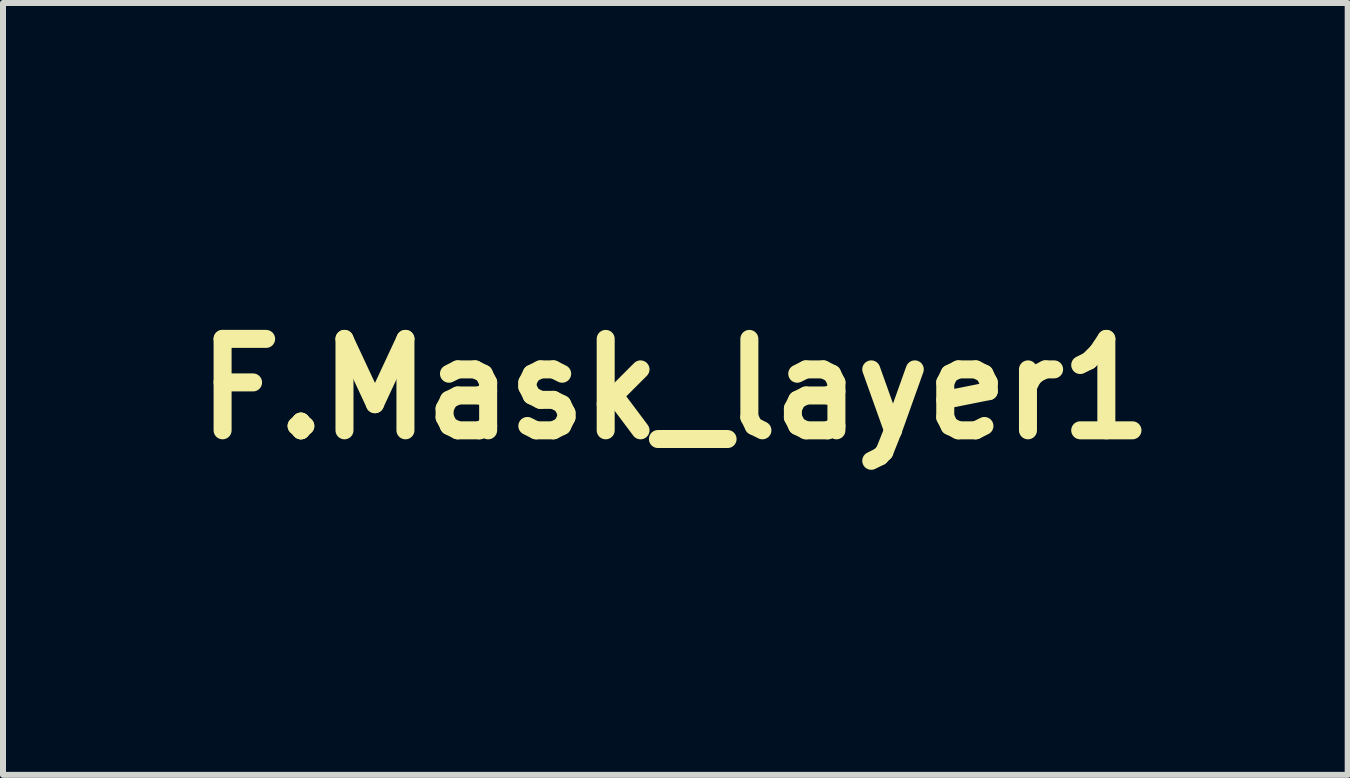
<source format=kicad_pcb>
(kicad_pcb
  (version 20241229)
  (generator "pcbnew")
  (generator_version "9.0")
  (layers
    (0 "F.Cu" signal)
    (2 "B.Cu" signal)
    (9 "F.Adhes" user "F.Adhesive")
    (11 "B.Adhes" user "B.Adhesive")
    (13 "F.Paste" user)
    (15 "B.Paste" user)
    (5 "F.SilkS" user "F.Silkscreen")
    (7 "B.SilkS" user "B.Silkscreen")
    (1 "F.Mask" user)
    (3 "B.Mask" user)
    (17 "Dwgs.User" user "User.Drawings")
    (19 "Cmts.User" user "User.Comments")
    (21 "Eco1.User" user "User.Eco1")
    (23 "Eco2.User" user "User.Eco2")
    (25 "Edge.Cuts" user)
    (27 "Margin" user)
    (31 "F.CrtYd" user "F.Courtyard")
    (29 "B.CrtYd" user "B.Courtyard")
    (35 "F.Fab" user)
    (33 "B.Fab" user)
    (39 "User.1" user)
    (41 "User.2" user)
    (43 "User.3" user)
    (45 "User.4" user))
  (footprint "F.Mask_layer1"
    (layer "F.Cu")
    (at 8.208 3.434)
    (property "Reference" "F.Mask_layer1" (at 0 0 0) (layer "F.SilkS") (effects (font (size 1.524 1.524) (thickness 0.3))))
    (attr through_hole)
    (fp_poly (pts (xy 0.24 -3.42) (xy 0.295 -3.394) (xy 0.376 -3.354) (xy 0.476 -3.303) (xy 0.591 -3.244) (xy 0.622 -3.228) (xy 0.738 -3.168) (xy 0.842 -3.114) (xy 0.927 -3.071) (xy 0.987 -3.041) (xy 1.018 -3.028) (xy 1.02 -3.027) (xy 1.032 -3.045) (xy 1.051 -3.09) (xy 1.058 -3.111) (xy 1.079 -3.164) (xy 1.097 -3.193) (xy 1.101 -3.196) (xy 1.126 -3.189) (xy 1.176 -3.171) (xy 1.238 -3.147) (xy 1.297 -3.123) (xy 1.34 -3.104) (xy 1.352 -3.098) (xy 1.35 -3.077) (xy 1.335 -3.03) (xy 1.326 -3.007) (xy 1.292 -2.923) (xy 1.425 -2.883) (xy 1.495 -2.863) (xy 1.593 -2.834) (xy 1.709 -2.802) (xy 1.83 -2.768) (xy 1.858 -2.761) (xy 2.159 -2.678) (xy 2.159 -2.593) (xy 2.156 -2.518) (xy 2.149 -2.431) (xy 2.146 -2.402) (xy 2.133 -2.295) (xy 1.572 -2.243) (xy 1.011 -2.191) (xy 0.931 -1.99) (xy 0.898 -1.905) (xy 0.873 -1.837) (xy 0.859 -1.793) (xy 0.857 -1.782) (xy 0.879 -1.782) (xy 0.937 -1.786) (xy 1.024 -1.794) (xy 1.136 -1.804) (xy 1.266 -1.816) (xy 1.408 -1.829) (xy 1.556 -1.843) (xy 1.704 -1.857) (xy 1.846 -1.871) (xy 1.976 -1.885) (xy 2.088 -1.896) (xy 2.176 -1.906) (xy 2.234 -1.913) (xy 2.249 -1.915) (xy 2.292 -1.917) (xy 2.306 -1.897) (xy 2.307 -1.883) (xy 2.321 -1.849) (xy 2.339 -1.841) (xy 2.367 -1.833) (xy 2.371 -1.826) (xy 2.364 -1.802) (xy 2.346 -1.744) (xy 2.317 -1.655) (xy 2.28 -1.54) (xy 2.235 -1.404) (xy 2.185 -1.252) (xy 2.147 -1.136) (xy 2.094 -0.976) (xy 2.046 -0.828) (xy 2.004 -0.699) (xy 1.971 -0.592) (xy 1.947 -0.512) (xy 1.935 -0.464) (xy 1.933 -0.452) (xy 1.956 -0.451) (xy 2.01 -0.456) (xy 2.083 -0.465) (xy 2.165 -0.476) (xy 2.244 -0.488) (xy 2.31 -0.5) (xy 2.351 -0.509) (xy 2.359 -0.513) (xy 2.367 -0.534) (xy 2.385 -0.589) (xy 2.413 -0.675) (xy 2.448 -0.784) (xy 2.489 -0.913) (xy 2.529 -1.037) (xy 2.574 -1.178) (xy 2.616 -1.306) (xy 2.652 -1.414) (xy 2.68 -1.498) (xy 2.699 -1.552) (xy 2.707 -1.57) (xy 2.733 -1.574) (xy 2.789 -1.572) (xy 2.867 -1.564) (xy 2.9 -1.56) (xy 3.08 -1.534) (xy 3.104 -1.121) (xy 3.112 -0.991) (xy 3.119 -0.874) (xy 3.125 -0.777) (xy 3.129 -0.706) (xy 3.131 -0.67) (xy 3.131 -0.669) (xy 3.138 -0.645) (xy 3.163 -0.636) (xy 3.217 -0.639) (xy 3.226 -0.64) (xy 3.319 -0.651) (xy 3.333 -0.553) (xy 3.344 -0.483) (xy 3.355 -0.425) (xy 3.358 -0.41) (xy 3.359 -0.381) (xy 3.338 -0.365) (xy 3.285 -0.355) (xy 3.281 -0.354) (xy 3.224 -0.345) (xy 3.189 -0.336) (xy 3.184 -0.334) (xy 3.187 -0.312) (xy 3.199 -0.255) (xy 3.219 -0.17) (xy 3.245 -0.063) (xy 3.275 0.06) (xy 3.281 0.083) (xy 3.314 0.21) (xy 3.342 0.324) (xy 3.365 0.418) (xy 3.38 0.485) (xy 3.387 0.52) (xy 3.387 0.522) (xy 3.369 0.539) (xy 3.324 0.569) (xy 3.262 0.605) (xy 3.193 0.642) (xy 3.128 0.673) (xy 3.078 0.694) (xy 3.058 0.699) (xy 3.045 0.682) (xy 3.011 0.635) (xy 2.958 0.563) (xy 2.892 0.47) (xy 2.813 0.36) (xy 2.731 0.243) (xy 2.62 0.088) (xy 2.53 -0.034) (xy 2.461 -0.123) (xy 2.411 -0.18) (xy 2.379 -0.208) (xy 2.37 -0.212) (xy 2.321 -0.208) (xy 2.251 -0.2) (xy 2.171 -0.189) (xy 2.093 -0.176) (xy 2.029 -0.163) (xy 1.991 -0.153) (xy 1.986 -0.151) (xy 1.995 -0.131) (xy 2.026 -0.081) (xy 2.076 -0.005) (xy 2.143 0.093) (xy 2.224 0.209) (xy 2.316 0.338) (xy 2.392 0.445) (xy 2.507 0.604) (xy 2.599 0.733) (xy 2.67 0.835) (xy 2.722 0.913) (xy 2.758 0.971) (xy 2.779 1.011) (xy 2.788 1.038) (xy 2.787 1.054) (xy 2.785 1.058) (xy 2.766 1.096) (xy 2.767 1.116) (xy 2.77 1.123) (xy 2.772 1.129) (xy 2.768 1.135) (xy 2.756 1.141) (xy 2.73 1.149) (xy 2.687 1.16) (xy 2.623 1.175) (xy 2.534 1.194) (xy 2.416 1.219) (xy 2.266 1.25) (xy 2.079 1.289) (xy 2.025 1.3) (xy 1.865 1.333) (xy 1.718 1.364) (xy 1.59 1.392) (xy 1.486 1.415) (xy 1.41 1.433) (xy 1.369 1.443) (xy 1.362 1.446) (xy 1.369 1.467) (xy 1.398 1.51) (xy 1.442 1.567) (xy 1.494 1.63) (xy 1.548 1.691) (xy 1.596 1.741) (xy 1.631 1.772) (xy 1.644 1.778) (xy 1.67 1.774) (xy 1.732 1.762) (xy 1.82 1.744) (xy 1.929 1.722) (xy 2.052 1.697) (xy 2.181 1.67) (xy 2.31 1.643) (xy 2.432 1.617) (xy 2.539 1.594) (xy 2.624 1.575) (xy 2.682 1.562) (xy 2.702 1.556) (xy 2.719 1.571) (xy 2.745 1.615) (xy 2.777 1.677) (xy 2.808 1.747) (xy 2.835 1.815) (xy 2.853 1.869) (xy 2.857 1.894) (xy 2.839 1.912) (xy 2.792 1.948) (xy 2.719 1.999) (xy 2.626 2.062) (xy 2.52 2.133) (xy 2.495 2.148) (xy 2.385 2.22) (xy 2.288 2.283) (xy 2.209 2.336) (xy 2.153 2.374) (xy 2.127 2.394) (xy 2.125 2.395) (xy 2.132 2.419) (xy 2.16 2.46) (xy 2.173 2.477) (xy 2.23 2.544) (xy 2.147 2.616) (xy 2.077 2.671) (xy 2.028 2.697) (xy 1.989 2.695) (xy 1.951 2.665) (xy 1.933 2.646) (xy 1.877 2.579) (xy 1.556 2.9) (xy 1.234 3.221) (xy 1.092 3.121) (xy 1.024 3.072) (xy 0.972 3.029) (xy 0.942 3.001) (xy 0.94 2.997) (xy 0.946 2.974) (xy 0.968 2.919) (xy 1.001 2.838) (xy 1.044 2.737) (xy 1.094 2.624) (xy 1.147 2.503) (xy 1.202 2.381) (xy 1.254 2.266) (xy 1.302 2.162) (xy 1.342 2.076) (xy 1.373 2.015) (xy 1.387 1.989) (xy 1.378 1.968) (xy 1.35 1.924) (xy 1.307 1.865) (xy 1.257 1.8) (xy 1.206 1.735) (xy 1.16 1.681) (xy 1.127 1.644) (xy 1.111 1.634) (xy 1.101 1.654) (xy 1.077 1.707) (xy 1.04 1.788) (xy 0.993 1.89) (xy 0.94 2.008) (xy 0.882 2.136) (xy 0.822 2.269) (xy 0.763 2.401) (xy 0.707 2.527) (xy 0.656 2.639) (xy 0.614 2.734) (xy 0.583 2.805) (xy 0.571 2.833) (xy 0.539 2.898) (xy 0.514 2.93) (xy 0.487 2.936) (xy 0.484 2.935) (xy 0.446 2.935) (xy 0.433 2.944) (xy 0.407 2.963) (xy 0.404 2.963) (xy 0.386 2.948) (xy 0.343 2.905) (xy 0.28 2.837) (xy 0.198 2.748) (xy 0.102 2.643) (xy -0.006 2.523) (xy -0.096 2.422) (xy -0.579 1.881) (xy -0.659 2.088) (xy -0.74 2.295) (xy -0.69 2.349) (xy -0.662 2.38) (xy -0.61 2.437) (xy -0.54 2.515) (xy -0.455 2.609) (xy -0.361 2.713) (xy -0.31 2.769) (xy 0.02 3.135) (xy -0.09 3.282) (xy -0.142 3.348) (xy -0.186 3.399) (xy -0.216 3.426) (xy -0.222 3.428) (xy -0.246 3.418) (xy -0.302 3.392) (xy -0.384 3.351) (xy -0.485 3.3) (xy -0.599 3.241) (xy -0.624 3.227) (xy -0.74 3.167) (xy -0.843 3.114) (xy -0.927 3.071) (xy -0.987 3.041) (xy -1.016 3.028) (xy -1.018 3.027) (xy -1.032 3.045) (xy -1.051 3.09) (xy -1.058 3.111) (xy -1.079 3.164) (xy -1.097 3.193) (xy -1.101 3.196) (xy -1.126 3.189) (xy -1.176 3.171) (xy -1.238 3.147) (xy -1.297 3.123) (xy -1.34 3.104) (xy -1.352 3.098) (xy -1.35 3.077) (xy -1.335 3.03) (xy -1.326 3.007) (xy -1.309 2.954) (xy -1.305 2.92) (xy -1.308 2.915) (xy -1.332 2.907) (xy -1.39 2.89) (xy -1.477 2.866) (xy -1.586 2.835) (xy -1.71 2.801) (xy -1.741 2.792) (xy -2.159 2.678) (xy -2.159 2.593) (xy -2.156 2.518) (xy -2.149 2.431) (xy -2.146 2.402) (xy -2.133 2.295) (xy -1.57 2.243) (xy -1.008 2.191) (xy -0.93 1.99) (xy -0.898 1.905) (xy -0.873 1.837) (xy -0.859 1.793) (xy -0.857 1.782) (xy -0.879 1.783) (xy -0.936 1.787) (xy -1.024 1.794) (xy -1.135 1.804) (xy -1.265 1.816) (xy -1.407 1.829) (xy -1.555 1.843) (xy -1.703 1.858) (xy -1.845 1.872) (xy -1.975 1.885) (xy -2.087 1.896) (xy -2.175 1.906) (xy -2.233 1.913) (xy -2.249 1.915) (xy -2.292 1.917) (xy -2.306 1.897) (xy -2.307 1.883) (xy -2.321 1.849) (xy -2.339 1.841) (xy -2.367 1.833) (xy -2.371 1.826) (xy -2.364 1.803) (xy -2.346 1.744) (xy -2.317 1.655) (xy -2.298 1.596) (xy -1.99 1.596) (xy -1.972 1.601) (xy -1.931 1.598) (xy -1.895 1.593) (xy -1.823 1.585) (xy -1.721 1.574) (xy -1.596 1.561) (xy -1.578 1.56) (xy -0.45 1.56) (xy -0.438 1.58) (xy -0.401 1.627) (xy -0.345 1.695) (xy -0.273 1.781) (xy -0.19 1.879) (xy -0.1 1.984) (xy -0.006 2.092) (xy 0.086 2.197) (xy 0.173 2.295) (xy 0.25 2.381) (xy 0.313 2.45) (xy 0.358 2.497) (xy 0.381 2.517) (xy 0.382 2.518) (xy 0.393 2.5) (xy 0.42 2.447) (xy 0.459 2.366) (xy 0.509 2.26) (xy 0.567 2.135) (xy 0.631 1.994) (xy 0.653 1.945) (xy 0.734 1.763) (xy 0.799 1.612) (xy 0.848 1.494) (xy 0.88 1.409) (xy 0.894 1.359) (xy 0.893 1.347) (xy 0.779 1.202) (xy 0.673 1.07) (xy 0.576 0.955) (xy 0.492 0.859) (xy 0.425 0.788) (xy 0.376 0.744) (xy 0.353 0.731) (xy 0.31 0.718) (xy 0.249 0.689) (xy 0.201 0.661) (xy 0.095 0.593) (xy -0.014 0.715) (xy -0.067 0.77) (xy -0.111 0.807) (xy -0.137 0.82) (xy -0.14 0.819) (xy -0.151 0.834) (xy -0.175 0.881) (xy -0.208 0.953) (xy -0.247 1.042) (xy -0.29 1.143) (xy -0.333 1.247) (xy -0.373 1.348) (xy -0.408 1.437) (xy -0.434 1.509) (xy -0.449 1.556) (xy -0.45 1.56) (xy -1.578 1.56) (xy -1.453 1.547) (xy -1.302 1.532) (xy -1.151 1.518) (xy -1.016 1.504) (xy -0.9 1.492) (xy -0.81 1.483) (xy -0.751 1.477) (xy -0.729 1.474) (xy -0.728 1.474) (xy -0.713 1.441) (xy -0.687 1.379) (xy -0.655 1.295) (xy -0.617 1.195) (xy -0.578 1.089) (xy -0.539 0.982) (xy -0.504 0.882) (xy -0.475 0.797) (xy -0.455 0.735) (xy -0.447 0.701) (xy -0.447 0.698) (xy -0.456 0.673) (xy -0.464 0.617) (xy -0.469 0.541) (xy -0.47 0.529) (xy -0.476 0.371) (xy -0.631 0.342) (xy -0.715 0.322) (xy -0.765 0.303) (xy -0.776 0.288) (xy -0.793 0.281) (xy -0.851 0.284) (xy -0.951 0.294) (xy -1.092 0.313) (xy -1.185 0.326) (xy -1.602 0.389) (xy -1.796 0.986) (xy -1.845 1.137) (xy -1.889 1.275) (xy -1.927 1.395) (xy -1.958 1.491) (xy -1.979 1.559) (xy -1.989 1.593) (xy -1.99 1.596) (xy -2.298 1.596) (xy -2.28 1.54) (xy -2.236 1.404) (xy -2.185 1.252) (xy -2.147 1.136) (xy -2.094 0.975) (xy -2.046 0.828) (xy -2.005 0.698) (xy -1.972 0.591) (xy -1.948 0.511) (xy -1.935 0.463) (xy -1.934 0.451) (xy -1.956 0.451) (xy -2.01 0.456) (xy -2.083 0.465) (xy -2.165 0.476) (xy -2.244 0.488) (xy -2.31 0.5) (xy -2.351 0.509) (xy -2.359 0.513) (xy -2.367 0.534) (xy -2.385 0.589) (xy -2.413 0.675) (xy -2.448 0.784) (xy -2.489 0.913) (xy -2.529 1.037) (xy -2.574 1.178) (xy -2.616 1.306) (xy -2.652 1.414) (xy -2.68 1.498) (xy -2.699 1.552) (xy -2.707 1.57) (xy -2.733 1.574) (xy -2.789 1.572) (xy -2.867 1.564) (xy -2.9 1.56) (xy -3.08 1.534) (xy -3.104 1.121) (xy -3.112 0.991) (xy -3.119 0.874) (xy -3.125 0.777) (xy -3.129 0.706) (xy -3.131 0.67) (xy -3.131 0.669) (xy -3.138 0.645) (xy -3.163 0.636) (xy -3.217 0.639) (xy -3.226 0.64) (xy -3.319 0.651) (xy -3.333 0.553) (xy -3.344 0.482) (xy -3.355 0.422) (xy -3.359 0.407) (xy -3.361 0.375) (xy -3.341 0.362) (xy -3.299 0.36) (xy -3.256 0.359) (xy -3.225 0.353) (xy -3.206 0.336) (xy -3.198 0.305) (xy -3.202 0.254) (xy -3.207 0.228) (xy 0.572 0.228) (xy 0.578 0.255) (xy 0.593 0.31) (xy 0.615 0.379) (xy 0.634 0.452) (xy 0.642 0.505) (xy 0.638 0.528) (xy 0.645 0.546) (xy 0.675 0.591) (xy 0.722 0.657) (xy 0.781 0.737) (xy 0.848 0.826) (xy 0.917 0.916) (xy 0.985 1.003) (xy 1.047 1.079) (xy 1.097 1.139) (xy 1.131 1.176) (xy 1.143 1.185) (xy 1.166 1.181) (xy 1.224 1.17) (xy 1.314 1.152) (xy 1.429 1.129) (xy 1.564 1.101) (xy 1.714 1.071) (xy 1.74 1.066) (xy 1.893 1.034) (xy 2.033 1.004) (xy 2.154 0.978) (xy 2.251 0.956) (xy 2.318 0.94) (xy 2.35 0.931) (xy 2.351 0.93) (xy 2.347 0.908) (xy 2.317 0.853) (xy 2.262 0.766) (xy 2.181 0.646) (xy 2.075 0.495) (xy 2.021 0.42) (xy 1.93 0.293) (xy 1.846 0.177) (xy 1.773 0.076) (xy 1.715 -0.005) (xy 1.674 -0.061) (xy 1.654 -0.089) (xy 1.652 -0.09) (xy 1.627 -0.093) (xy 1.568 -0.089) (xy 1.482 -0.079) (xy 1.375 -0.065) (xy 1.29 -0.053) (xy 1.139 -0.03) (xy 1.025 -0.011) (xy 0.943 0.003) (xy 0.887 0.014) (xy 0.852 0.023) (xy 0.834 0.032) (xy 0.826 0.041) (xy 0.825 0.049) (xy 0.808 0.071) (xy 0.762 0.105) (xy 0.699 0.143) (xy 0.698 0.144) (xy 0.635 0.181) (xy 0.589 0.211) (xy 0.572 0.228) (xy 0.572 0.228) (xy -3.207 0.228) (xy -3.217 0.177) (xy -3.243 0.069) (xy -3.279 -0.074) (xy -3.281 -0.083) (xy -3.314 -0.21) (xy -3.342 -0.323) (xy -3.365 -0.418) (xy -3.38 -0.485) (xy -3.387 -0.52) (xy -3.387 -0.522) (xy -3.369 -0.539) (xy -3.324 -0.569) (xy -3.262 -0.605) (xy -3.193 -0.642) (xy -3.128 -0.673) (xy -3.078 -0.694) (xy -3.058 -0.699) (xy -3.044 -0.682) (xy -3.01 -0.635) (xy -2.957 -0.563) (xy -2.891 -0.47) (xy -2.812 -0.36) (xy -2.73 -0.243) (xy -2.618 -0.086) (xy -2.527 0.036) (xy -2.457 0.126) (xy -2.408 0.183) (xy -2.377 0.209) (xy -2.369 0.212) (xy -2.321 0.208) (xy -2.251 0.2) (xy -2.171 0.189) (xy -2.093 0.176) (xy -2.029 0.163) (xy -1.991 0.153) (xy -1.986 0.151) (xy -1.995 0.131) (xy -2.026 0.081) (xy -2.076 0.006) (xy -2.143 -0.092) (xy -2.224 -0.208) (xy -2.316 -0.338) (xy -2.392 -0.445) (xy -2.507 -0.604) (xy -2.599 -0.733) (xy -2.67 -0.835) (xy -2.722 -0.913) (xy -2.73 -0.926) (xy -2.362 -0.926) (xy -2.353 -0.906) (xy -2.322 -0.857) (xy -2.273 -0.782) (xy -2.207 -0.686) (xy -2.128 -0.572) (xy -2.039 -0.446) (xy -2.007 -0.403) (xy -1.903 -0.257) (xy -1.819 -0.142) (xy -1.754 -0.054) (xy -1.705 0.01) (xy -1.668 0.054) (xy -1.64 0.081) (xy -1.618 0.095) (xy -1.6 0.099) (xy -1.581 0.098) (xy -1.577 0.097) (xy -1.533 0.09) (xy -1.457 0.078) (xy -1.359 0.063) (xy -1.247 0.047) (xy -1.217 0.042) (xy -1.08 0.022) (xy -0.979 0.007) (xy -0.909 -0.006) (xy -0.865 -0.016) (xy -0.839 -0.025) (xy -0.828 -0.035) (xy -0.825 -0.046) (xy -0.825 -0.048) (xy -0.808 -0.071) (xy -0.762 -0.105) (xy -0.699 -0.143) (xy -0.698 -0.144) (xy -0.635 -0.181) (xy -0.589 -0.211) (xy -0.572 -0.228) (xy -0.572 -0.228) (xy -0.578 -0.255) (xy -0.593 -0.31) (xy -0.615 -0.379) (xy -0.635 -0.453) (xy -0.642 -0.506) (xy -0.638 -0.528) (xy -0.645 -0.546) (xy -0.675 -0.591) (xy -0.721 -0.657) (xy -0.781 -0.737) (xy -0.847 -0.825) (xy -0.917 -0.915) (xy -0.985 -1.001) (xy -1.046 -1.077) (xy -1.096 -1.136) (xy -1.13 -1.172) (xy -1.141 -1.18) (xy -1.165 -1.178) (xy -1.225 -1.168) (xy -1.312 -1.151) (xy -1.423 -1.129) (xy -1.549 -1.104) (xy -1.684 -1.076) (xy -1.823 -1.047) (xy -1.958 -1.019) (xy -2.083 -0.992) (xy -2.193 -0.968) (xy -2.28 -0.948) (xy -2.339 -0.933) (xy -2.362 -0.926) (xy -2.362 -0.926) (xy -2.73 -0.926) (xy -2.758 -0.971) (xy -2.779 -1.011) (xy -2.788 -1.038) (xy -2.787 -1.054) (xy -2.785 -1.058) (xy -2.766 -1.096) (xy -2.766 -1.115) (xy -2.768 -1.122) (xy -2.765 -1.128) (xy -2.754 -1.135) (xy -2.73 -1.144) (xy -2.692 -1.155) (xy -2.633 -1.169) (xy -2.552 -1.187) (xy -2.445 -1.211) (xy -2.307 -1.24) (xy -2.134 -1.276) (xy -1.925 -1.32) (xy -1.92 -1.321) (xy -1.773 -1.351) (xy -1.676 -1.372) (xy -0.912 -1.372) (xy -0.656 -1.053) (xy -0.555 -0.929) (xy -0.477 -0.838) (xy -0.418 -0.776) (xy -0.377 -0.741) (xy -0.354 -0.731) (xy -0.311 -0.718) (xy -0.249 -0.689) (xy -0.201 -0.661) (xy -0.095 -0.593) (xy -0.000064 -0.699) (xy 0.446 -0.699) (xy 0.447 -0.699) (xy 0.456 -0.679) (xy 0.463 -0.628) (xy 0.466 -0.555) (xy 0.466 -0.541) (xy 0.466 -0.383) (xy 0.545 -0.362) (xy 0.624 -0.343) (xy 0.704 -0.327) (xy 0.705 -0.327) (xy 0.759 -0.311) (xy 0.777 -0.29) (xy 0.776 -0.287) (xy 0.783 -0.277) (xy 0.818 -0.275) (xy 0.885 -0.281) (xy 0.989 -0.296) (xy 1.013 -0.3) (xy 1.132 -0.318) (xy 1.257 -0.337) (xy 1.37 -0.354) (xy 1.43 -0.362) (xy 1.601 -0.386) (xy 1.797 -0.989) (xy 1.846 -1.141) (xy 1.889 -1.278) (xy 1.927 -1.398) (xy 1.957 -1.493) (xy 1.976 -1.561) (xy 1.985 -1.594) (xy 1.986 -1.597) (xy 1.964 -1.597) (xy 1.905 -1.592) (xy 1.815 -1.584) (xy 1.7 -1.573) (xy 1.564 -1.56) (xy 1.413 -1.544) (xy 1.397 -1.543) (xy 1.243 -1.527) (xy 1.101 -1.513) (xy 0.977 -1.501) (xy 0.877 -1.491) (xy 0.807 -1.485) (xy 0.773 -1.482) (xy 0.773 -1.482) (xy 0.755 -1.476) (xy 0.736 -1.455) (xy 0.713 -1.414) (xy 0.683 -1.349) (xy 0.644 -1.254) (xy 0.593 -1.126) (xy 0.579 -1.09) (xy 0.534 -0.971) (xy 0.496 -0.866) (xy 0.468 -0.782) (xy 0.45 -0.724) (xy 0.446 -0.699) (xy -0.000064 -0.699) (xy 0.014 -0.715) (xy 0.067 -0.77) (xy 0.111 -0.807) (xy 0.137 -0.82) (xy 0.14 -0.819) (xy 0.153 -0.833) (xy 0.178 -0.88) (xy 0.212 -0.956) (xy 0.254 -1.054) (xy 0.301 -1.17) (xy 0.309 -1.19) (xy 0.461 -1.577) (xy 0.414 -1.63) (xy 0.387 -1.66) (xy 0.337 -1.716) (xy 0.267 -1.795) (xy 0.182 -1.89) (xy 0.086 -1.998) (xy -0.000427 -2.095) (xy -0.099 -2.207) (xy -0.189 -2.307) (xy -0.266 -2.392) (xy -0.326 -2.457) (xy -0.366 -2.5) (xy -0.381 -2.514) (xy -0.392 -2.497) (xy -0.419 -2.446) (xy -0.458 -2.365) (xy -0.508 -2.26) (xy -0.566 -2.136) (xy -0.63 -1.995) (xy -0.652 -1.946) (xy -0.912 -1.372) (xy -1.676 -1.372) (xy -1.641 -1.38) (xy -1.528 -1.405) (xy -1.44 -1.425) (xy -1.383 -1.439) (xy -1.362 -1.446) (xy -1.368 -1.467) (xy -1.397 -1.51) (xy -1.441 -1.568) (xy -1.492 -1.631) (xy -1.545 -1.692) (xy -1.592 -1.742) (xy -1.627 -1.772) (xy -1.638 -1.778) (xy -1.664 -1.774) (xy -1.725 -1.762) (xy -1.815 -1.744) (xy -1.925 -1.722) (xy -2.05 -1.696) (xy -2.184 -1.668) (xy -2.319 -1.639) (xy -2.448 -1.612) (xy -2.566 -1.586) (xy -2.65 -1.568) (xy -2.728 -1.55) (xy -2.793 -1.712) (xy -2.823 -1.789) (xy -2.845 -1.852) (xy -2.856 -1.89) (xy -2.857 -1.894) (xy -2.839 -1.912) (xy -2.791 -1.948) (xy -2.718 -1.999) (xy -2.626 -2.062) (xy -2.519 -2.133) (xy -2.495 -2.148) (xy -2.385 -2.22) (xy -2.288 -2.283) (xy -2.209 -2.336) (xy -2.153 -2.374) (xy -2.127 -2.394) (xy -2.125 -2.395) (xy -2.132 -2.419) (xy -2.16 -2.46) (xy -2.173 -2.477) (xy -2.23 -2.544) (xy -2.147 -2.616) (xy -2.077 -2.671) (xy -2.028 -2.697) (xy -1.989 -2.695) (xy -1.951 -2.665) (xy -1.933 -2.646) (xy -1.877 -2.579) (xy -1.232 -3.223) (xy -1.091 -3.122) (xy -1.024 -3.072) (xy -0.971 -3.029) (xy -0.942 -3.001) (xy -0.939 -2.996) (xy -0.946 -2.973) (xy -0.968 -2.919) (xy -1.001 -2.838) (xy -1.044 -2.737) (xy -1.094 -2.624) (xy -1.147 -2.503) (xy -1.202 -2.381) (xy -1.254 -2.266) (xy -1.302 -2.162) (xy -1.342 -2.076) (xy -1.373 -2.015) (xy -1.387 -1.989) (xy -1.378 -1.969) (xy -1.349 -1.925) (xy -1.306 -1.866) (xy -1.256 -1.8) (xy -1.205 -1.736) (xy -1.159 -1.681) (xy -1.126 -1.645) (xy -1.111 -1.634) (xy -1.101 -1.655) (xy -1.076 -1.708) (xy -1.04 -1.788) (xy -0.993 -1.89) (xy -0.94 -2.008) (xy -0.882 -2.136) (xy -0.822 -2.269) (xy -0.763 -2.401) (xy -0.707 -2.526) (xy -0.657 -2.638) (xy -0.615 -2.732) (xy -0.584 -2.803) (xy -0.571 -2.833) (xy -0.539 -2.898) (xy -0.514 -2.93) (xy -0.487 -2.936) (xy -0.484 -2.935) (xy -0.446 -2.935) (xy -0.433 -2.944) (xy -0.407 -2.963) (xy -0.403 -2.963) (xy -0.386 -2.948) (xy -0.343 -2.905) (xy -0.279 -2.837) (xy -0.198 -2.748) (xy -0.101 -2.643) (xy 0.006 -2.523) (xy 0.097 -2.422) (xy 0.579 -1.881) (xy 0.66 -2.088) (xy 0.74 -2.295) (xy 0.69 -2.349) (xy 0.662 -2.38) (xy 0.61 -2.437) (xy 0.54 -2.515) (xy 0.455 -2.609) (xy 0.361 -2.713) (xy 0.31 -2.769) (xy -0.02 -3.135) (xy 0.09 -3.282) (xy 0.141 -3.348) (xy 0.184 -3.399) (xy 0.212 -3.426) (xy 0.217 -3.429) (xy 0.24 -3.42)) (stroke (width 0.01) (type solid)) (fill yes) (layer "F.Mask")))
  (gr_rect
    (start -3 -3)
    (end 19.416 9.867)
    (stroke (width 0.1) (type default))
    (fill no)
    (layer "Edge.Cuts")))
</source>
